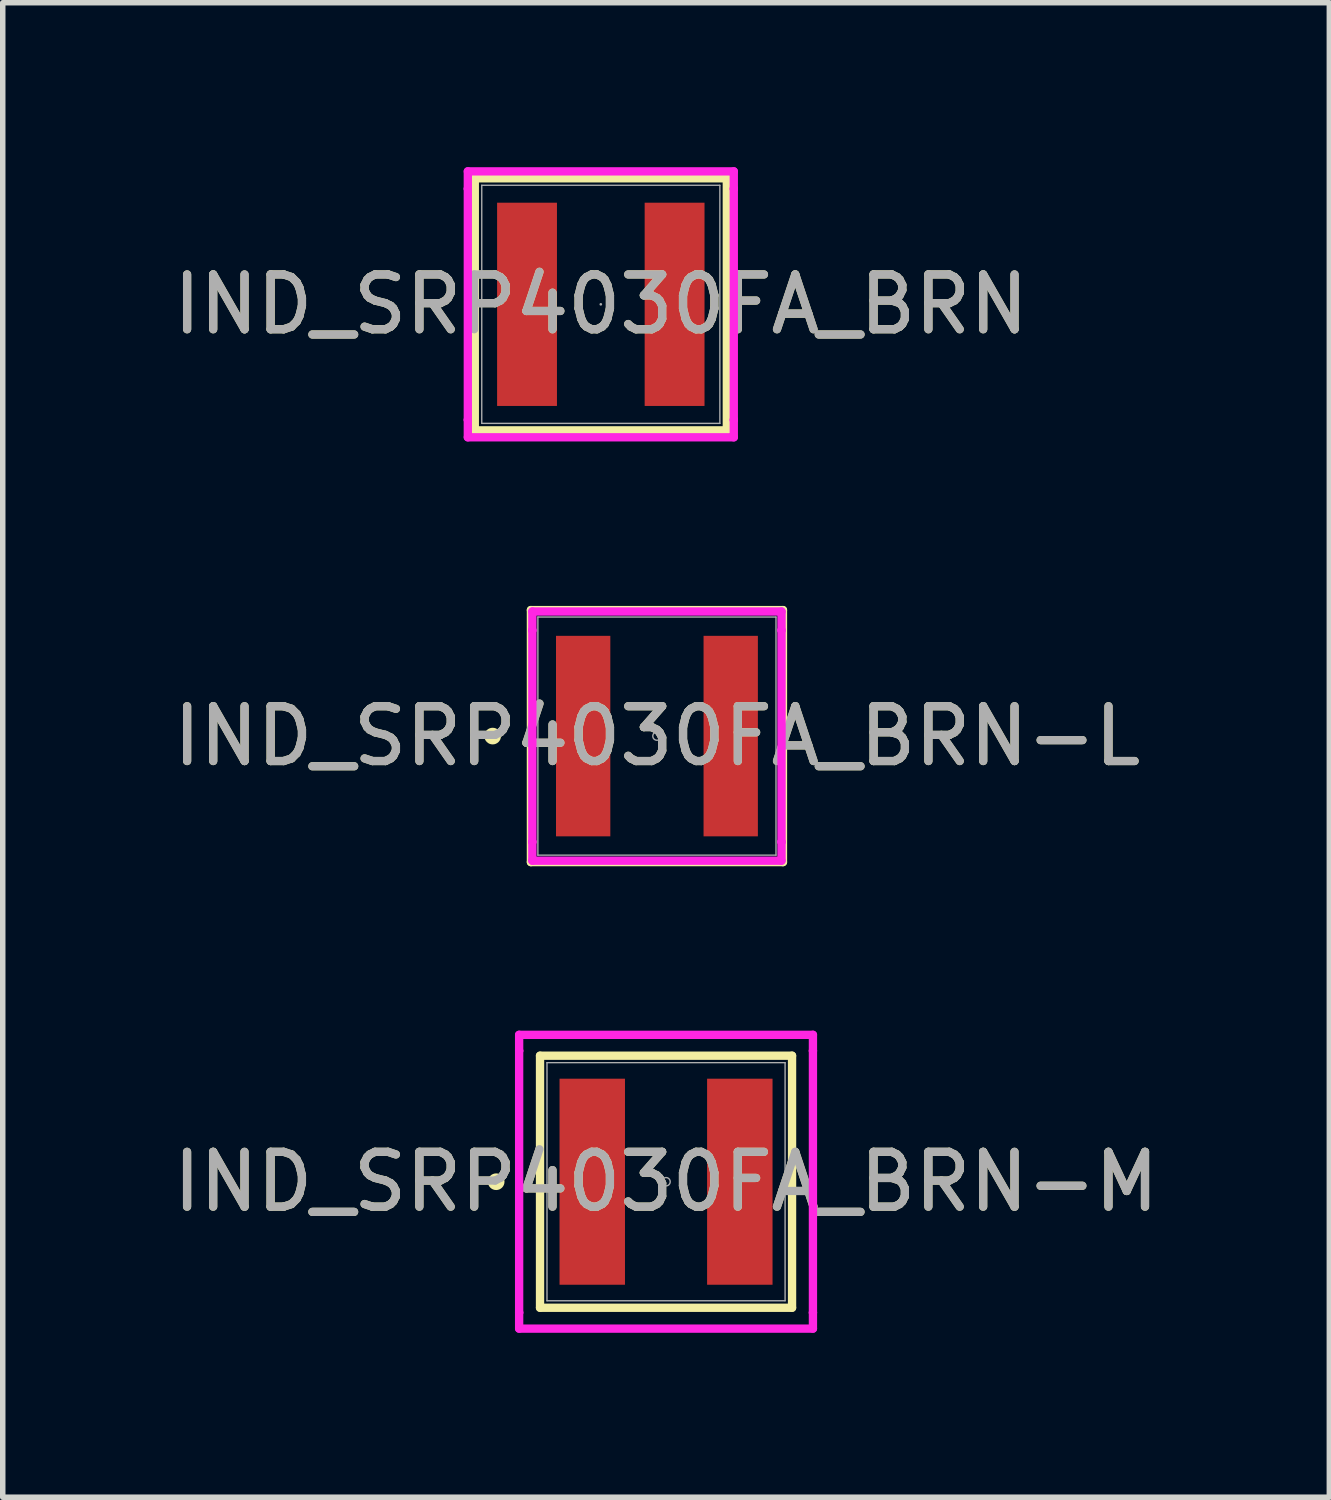
<source format=kicad_pcb>
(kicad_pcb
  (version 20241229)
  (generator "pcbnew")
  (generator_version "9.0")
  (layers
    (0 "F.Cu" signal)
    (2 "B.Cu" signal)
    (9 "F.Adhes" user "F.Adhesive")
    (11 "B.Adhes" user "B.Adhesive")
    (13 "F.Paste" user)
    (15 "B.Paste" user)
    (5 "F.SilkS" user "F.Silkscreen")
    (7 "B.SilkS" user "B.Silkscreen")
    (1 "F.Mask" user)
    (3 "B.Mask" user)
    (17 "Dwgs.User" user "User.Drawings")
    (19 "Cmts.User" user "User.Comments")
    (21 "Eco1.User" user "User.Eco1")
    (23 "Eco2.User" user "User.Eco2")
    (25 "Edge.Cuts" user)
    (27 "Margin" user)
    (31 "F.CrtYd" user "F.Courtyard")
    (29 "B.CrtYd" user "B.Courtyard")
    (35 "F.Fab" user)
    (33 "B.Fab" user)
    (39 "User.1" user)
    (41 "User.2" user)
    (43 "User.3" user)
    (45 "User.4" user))
  (footprint "IND_SRP4030FA_BRN"
    (layer "F.Cu")
    (at 7.911 2.502)
    (property "Reference" "IND_SRP4030FA_BRN" (at 0 0 0) (unlocked yes) (layer "F.SilkS") (effects (font (size 1 1) (thickness 0.15))))
    (attr smd)
    (fp_line (start -2.299 -2.299) (end -2.299 2.299) (stroke (width 0.152) (type solid)) (layer "F.SilkS"))
    (fp_line (start -2.299 2.299) (end 2.299 2.299) (stroke (width 0.152) (type solid)) (layer "F.SilkS"))
    (fp_line (start 2.299 -2.299) (end -2.299 -2.299) (stroke (width 0.152) (type solid)) (layer "F.SilkS"))
    (fp_line (start 2.299 2.299) (end 2.299 -2.299) (stroke (width 0.152) (type solid)) (layer "F.SilkS"))
    (fp_line (start -2.426 -2.426) (end 2.426 -2.426) (stroke (width 0.152) (type solid)) (layer "F.CrtYd"))
    (fp_line (start -2.426 -2.108) (end -2.426 -2.426) (stroke (width 0.152) (type solid)) (layer "F.CrtYd"))
    (fp_line (start -2.426 -2.108) (end -2.426 -2.108) (stroke (width 0.152) (type solid)) (layer "F.CrtYd"))
    (fp_line (start -2.426 2.108) (end -2.426 -2.108) (stroke (width 0.152) (type solid)) (layer "F.CrtYd"))
    (fp_line (start -2.426 2.108) (end -2.426 2.108) (stroke (width 0.152) (type solid)) (layer "F.CrtYd"))
    (fp_line (start -2.426 2.426) (end -2.426 2.108) (stroke (width 0.152) (type solid)) (layer "F.CrtYd"))
    (fp_line (start 2.426 -2.426) (end 2.426 -2.108) (stroke (width 0.152) (type solid)) (layer "F.CrtYd"))
    (fp_line (start 2.426 -2.108) (end 2.426 -2.108) (stroke (width 0.152) (type solid)) (layer "F.CrtYd"))
    (fp_line (start 2.426 -2.108) (end 2.426 2.108) (stroke (width 0.152) (type solid)) (layer "F.CrtYd"))
    (fp_line (start 2.426 2.108) (end 2.426 2.108) (stroke (width 0.152) (type solid)) (layer "F.CrtYd"))
    (fp_line (start 2.426 2.108) (end 2.426 2.426) (stroke (width 0.152) (type solid)) (layer "F.CrtYd"))
    (fp_line (start 2.426 2.426) (end -2.426 2.426) (stroke (width 0.152) (type solid)) (layer "F.CrtYd"))
    (fp_line (start -2.172 -2.172) (end -2.172 2.172) (stroke (width 0.025) (type solid)) (layer "F.Fab"))
    (fp_line (start -2.172 2.172) (end 2.172 2.172) (stroke (width 0.025) (type solid)) (layer "F.Fab"))
    (fp_line (start 2.172 -2.172) (end -2.172 -2.172) (stroke (width 0.025) (type solid)) (layer "F.Fab"))
    (fp_line (start 2.172 2.172) (end 2.172 -2.172) (stroke (width 0.025) (type solid)) (layer "F.Fab"))
    (fp_circle (center 0 0) (end 0 0) (stroke (width 0.025) (type solid)) (fill no) (layer "F.Fab"))
    (fp_text user "${REFERENCE}" (at 0 0 0) (unlocked yes) (layer "F.Fab") (effects (font (size 1 1) (thickness 0.15))))
    (pad "1" smd rect (at -1.346 0) (size 1.092 3.708) (layers "F.Cu" "F.Mask" "F.Paste"))
    (pad "2" smd rect (at 1.346 0) (size 1.092 3.708) (layers "F.Cu" "F.Mask" "F.Paste")))
  (footprint "IND_SRP4030FA_BRN-M"
    (layer "F.Cu")
    (at 9.101 18.509)
    (property "Reference" "IND_SRP4030FA_BRN-M" (at 0 0 0) (unlocked yes) (layer "F.SilkS") (effects (font (size 1 1) (thickness 0.15))))
    (attr smd)
    (fp_line (start -2.299 -2.299) (end -2.299 2.299) (stroke (width 0.152) (type solid)) (layer "F.SilkS"))
    (fp_line (start -2.299 2.299) (end 2.299 2.299) (stroke (width 0.152) (type solid)) (layer "F.SilkS"))
    (fp_line (start 2.299 -2.299) (end -2.299 -2.299) (stroke (width 0.152) (type solid)) (layer "F.SilkS"))
    (fp_line (start 2.299 2.299) (end 2.299 -2.299) (stroke (width 0.152) (type solid)) (layer "F.SilkS"))
    (fp_circle (center -3.099 0) (end -3.023 0) (stroke (width 0.152) (type solid)) (fill no) (layer "F.SilkS"))
    (fp_line (start -2.68 -2.68) (end 2.68 -2.68) (stroke (width 0.152) (type solid)) (layer "F.CrtYd"))
    (fp_line (start -2.68 -2.388) (end -2.68 -2.68) (stroke (width 0.152) (type solid)) (layer "F.CrtYd"))
    (fp_line (start -2.68 -2.388) (end -2.68 -2.388) (stroke (width 0.152) (type solid)) (layer "F.CrtYd"))
    (fp_line (start -2.68 2.388) (end -2.68 -2.388) (stroke (width 0.152) (type solid)) (layer "F.CrtYd"))
    (fp_line (start -2.68 2.388) (end -2.68 2.388) (stroke (width 0.152) (type solid)) (layer "F.CrtYd"))
    (fp_line (start -2.68 2.68) (end -2.68 2.388) (stroke (width 0.152) (type solid)) (layer "F.CrtYd"))
    (fp_line (start 2.68 -2.68) (end 2.68 -2.388) (stroke (width 0.152) (type solid)) (layer "F.CrtYd"))
    (fp_line (start 2.68 -2.388) (end 2.68 -2.388) (stroke (width 0.152) (type solid)) (layer "F.CrtYd"))
    (fp_line (start 2.68 -2.388) (end 2.68 2.388) (stroke (width 0.152) (type solid)) (layer "F.CrtYd"))
    (fp_line (start 2.68 2.388) (end 2.68 2.388) (stroke (width 0.152) (type solid)) (layer "F.CrtYd"))
    (fp_line (start 2.68 2.388) (end 2.68 2.68) (stroke (width 0.152) (type solid)) (layer "F.CrtYd"))
    (fp_line (start 2.68 2.68) (end -2.68 2.68) (stroke (width 0.152) (type solid)) (layer "F.CrtYd"))
    (fp_line (start -2.172 -2.172) (end -2.172 2.172) (stroke (width 0.025) (type solid)) (layer "F.Fab"))
    (fp_line (start -2.172 2.172) (end 2.172 2.172) (stroke (width 0.025) (type solid)) (layer "F.Fab"))
    (fp_line (start 2.172 -2.172) (end -2.172 -2.172) (stroke (width 0.025) (type solid)) (layer "F.Fab"))
    (fp_line (start 2.172 2.172) (end 2.172 -2.172) (stroke (width 0.025) (type solid)) (layer "F.Fab"))
    (fp_circle (center 0 0) (end 0.076 0) (stroke (width 0.025) (type solid)) (fill no) (layer "F.Fab"))
    (fp_text user "${REFERENCE}" (at 0 0 0) (unlocked yes) (layer "F.Fab") (effects (font (size 1 1) (thickness 0.15))))
    (pad "1" smd rect (at -1.346 0) (size 1.194 3.759) (layers "F.Cu" "F.Mask" "F.Paste"))
    (pad "2" smd rect (at 1.346 0) (size 1.194 3.759) (layers "F.Cu" "F.Mask" "F.Paste")))
  (footprint "IND_SRP4030FA_BRN-L"
    (layer "F.Cu")
    (at 8.935 10.379)
    (property "Reference" "IND_SRP4030FA_BRN-L" (at 0 0 0) (unlocked yes) (layer "F.SilkS") (effects (font (size 1 1) (thickness 0.15))))
    (attr smd)
    (fp_line (start -2.299 -2.299) (end -2.299 2.299) (stroke (width 0.152) (type solid)) (layer "F.SilkS"))
    (fp_line (start -2.299 2.299) (end 2.299 2.299) (stroke (width 0.152) (type solid)) (layer "F.SilkS"))
    (fp_line (start 2.299 -2.299) (end -2.299 -2.299) (stroke (width 0.152) (type solid)) (layer "F.SilkS"))
    (fp_line (start 2.299 2.299) (end 2.299 -2.299) (stroke (width 0.152) (type solid)) (layer "F.SilkS"))
    (fp_circle (center -2.997 0) (end -2.921 0) (stroke (width 0.152) (type solid)) (fill no) (layer "F.SilkS"))
    (fp_line (start -2.273 -2.273) (end 2.273 -2.273) (stroke (width 0.152) (type solid)) (layer "F.CrtYd"))
    (fp_line (start -2.273 -1.93) (end -2.273 -2.273) (stroke (width 0.152) (type solid)) (layer "F.CrtYd"))
    (fp_line (start -2.273 -1.93) (end -2.273 -1.93) (stroke (width 0.152) (type solid)) (layer "F.CrtYd"))
    (fp_line (start -2.273 1.93) (end -2.273 -1.93) (stroke (width 0.152) (type solid)) (layer "F.CrtYd"))
    (fp_line (start -2.273 1.93) (end -2.273 1.93) (stroke (width 0.152) (type solid)) (layer "F.CrtYd"))
    (fp_line (start -2.273 2.273) (end -2.273 1.93) (stroke (width 0.152) (type solid)) (layer "F.CrtYd"))
    (fp_line (start 2.273 -2.273) (end 2.273 -1.93) (stroke (width 0.152) (type solid)) (layer "F.CrtYd"))
    (fp_line (start 2.273 -1.93) (end 2.273 -1.93) (stroke (width 0.152) (type solid)) (layer "F.CrtYd"))
    (fp_line (start 2.273 -1.93) (end 2.273 1.93) (stroke (width 0.152) (type solid)) (layer "F.CrtYd"))
    (fp_line (start 2.273 1.93) (end 2.273 1.93) (stroke (width 0.152) (type solid)) (layer "F.CrtYd"))
    (fp_line (start 2.273 1.93) (end 2.273 2.273) (stroke (width 0.152) (type solid)) (layer "F.CrtYd"))
    (fp_line (start 2.273 2.273) (end -2.273 2.273) (stroke (width 0.152) (type solid)) (layer "F.CrtYd"))
    (fp_line (start -2.172 -2.172) (end -2.172 2.172) (stroke (width 0.025) (type solid)) (layer "F.Fab"))
    (fp_line (start -2.172 2.172) (end 2.172 2.172) (stroke (width 0.025) (type solid)) (layer "F.Fab"))
    (fp_line (start 2.172 -2.172) (end -2.172 -2.172) (stroke (width 0.025) (type solid)) (layer "F.Fab"))
    (fp_line (start 2.172 2.172) (end 2.172 -2.172) (stroke (width 0.025) (type solid)) (layer "F.Fab"))
    (fp_circle (center 0 0) (end 0.076 0) (stroke (width 0.025) (type solid)) (fill no) (layer "F.Fab"))
    (fp_text user "${REFERENCE}" (at 0 0 0) (unlocked yes) (layer "F.Fab") (effects (font (size 1 1) (thickness 0.15))))
    (pad "1" smd rect (at -1.346 0) (size 0.991 3.658) (layers "F.Cu" "F.Mask" "F.Paste"))
    (pad "2" smd rect (at 1.346 0) (size 0.991 3.658) (layers "F.Cu" "F.Mask" "F.Paste")))
  (gr_rect
    (start -3 -3)
    (end 21.202 24.265)
    (stroke (width 0.1) (type default))
    (fill no)
    (layer "Edge.Cuts")))
</source>
